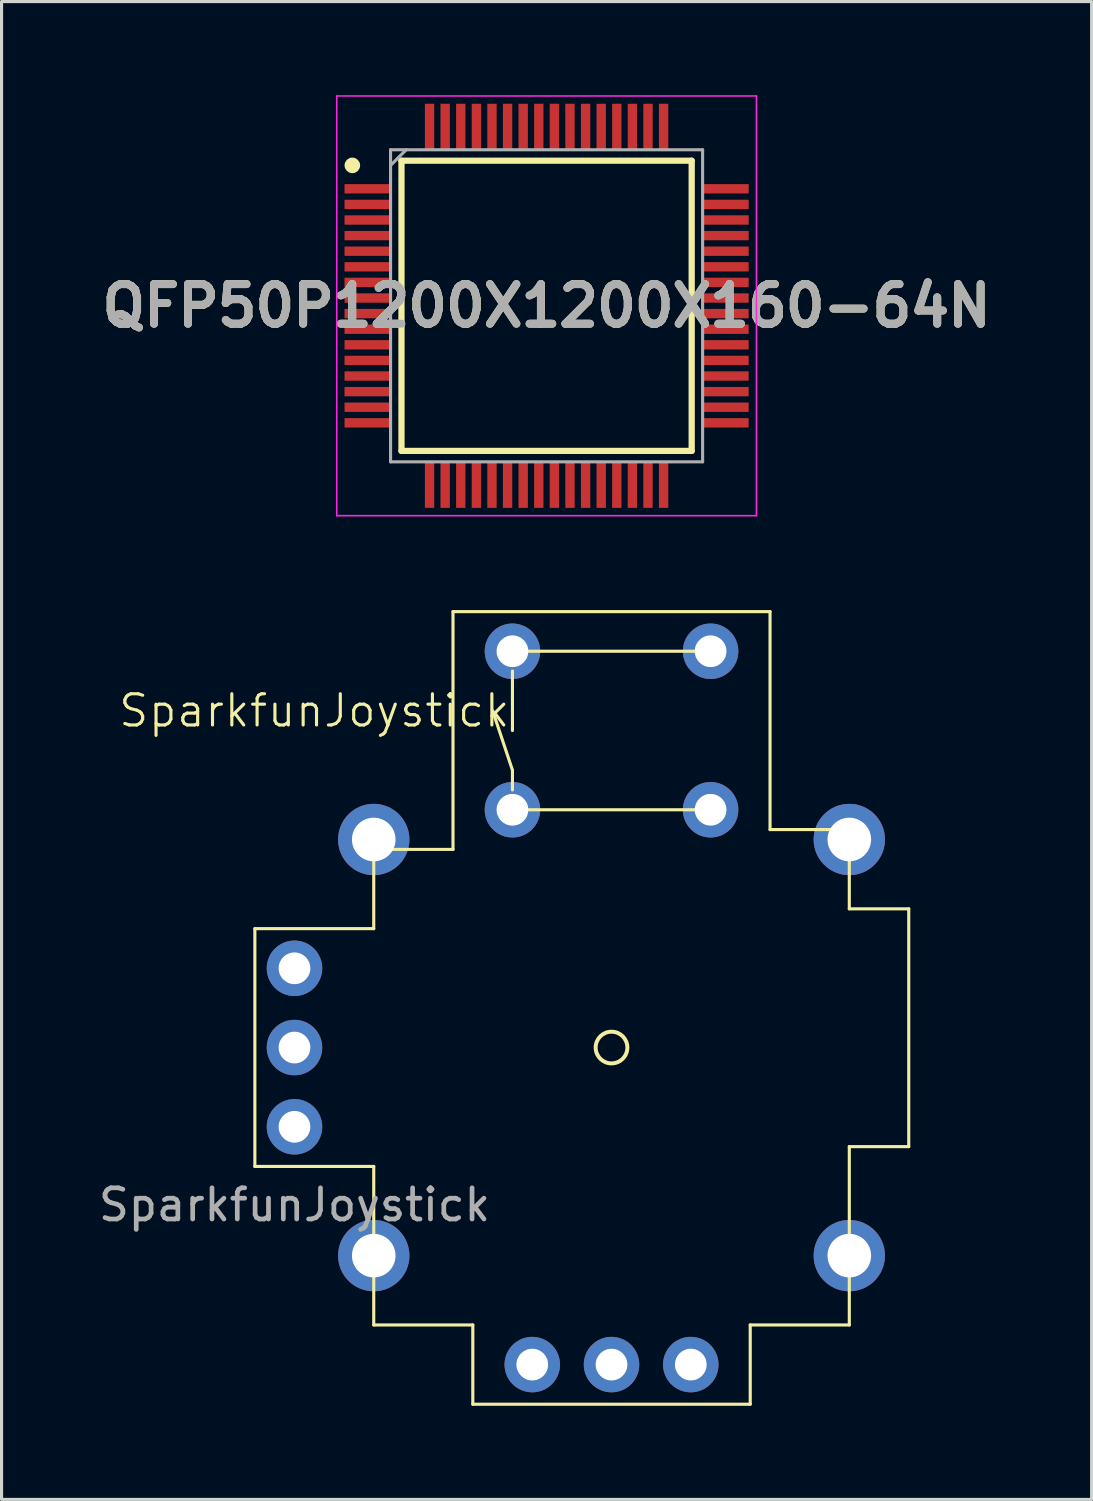
<source format=kicad_pcb>
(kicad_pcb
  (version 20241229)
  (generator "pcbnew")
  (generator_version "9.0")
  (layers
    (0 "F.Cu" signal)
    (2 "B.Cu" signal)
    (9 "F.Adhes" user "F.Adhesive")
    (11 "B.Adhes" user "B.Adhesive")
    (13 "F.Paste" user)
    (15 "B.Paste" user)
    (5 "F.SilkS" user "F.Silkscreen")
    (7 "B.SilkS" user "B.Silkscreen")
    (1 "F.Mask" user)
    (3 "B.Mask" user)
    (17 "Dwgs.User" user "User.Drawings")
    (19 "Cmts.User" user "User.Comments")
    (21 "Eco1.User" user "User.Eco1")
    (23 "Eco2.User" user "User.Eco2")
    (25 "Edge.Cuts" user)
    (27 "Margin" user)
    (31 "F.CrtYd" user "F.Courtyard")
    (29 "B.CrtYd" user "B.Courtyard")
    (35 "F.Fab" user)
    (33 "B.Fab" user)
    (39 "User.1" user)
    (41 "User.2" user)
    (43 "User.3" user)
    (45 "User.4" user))
  (footprint "SparkfunJoystick"
    (layer "F.Cu")
    (at 6.387 33.06)
    (property "Reference" "SparkfunJoystick" (at 0.635 -13.335 0) (unlocked yes) (layer "F.SilkS") (effects (font (size 1 1) (thickness 0.1))))
    (attr through_hole)
    (fp_line (start -1.27 -6.35) (end -1.27 1.27) (stroke (width 0.1) (type default)) (layer "F.SilkS"))
    (fp_line (start -1.27 1.27) (end 2.54 1.27) (stroke (width 0.1) (type default)) (layer "F.SilkS"))
    (fp_line (start 2.54 -8.89) (end 2.54 -6.35) (stroke (width 0.1) (type default)) (layer "F.SilkS"))
    (fp_line (start 2.54 -6.35) (end -1.27 -6.35) (stroke (width 0.1) (type default)) (layer "F.SilkS"))
    (fp_line (start 2.54 1.27) (end 2.54 6.35) (stroke (width 0.1) (type default)) (layer "F.SilkS"))
    (fp_line (start 2.54 6.35) (end 5.715 6.35) (stroke (width 0.1) (type default)) (layer "F.SilkS"))
    (fp_line (start 5.08 -16.51) (end 5.08 -8.89) (stroke (width 0.1) (type default)) (layer "F.SilkS"))
    (fp_line (start 5.08 -8.89) (end 2.54 -8.89) (stroke (width 0.1) (type default)) (layer "F.SilkS"))
    (fp_line (start 5.715 6.35) (end 5.715 8.89) (stroke (width 0.1) (type default)) (layer "F.SilkS"))
    (fp_line (start 5.715 8.89) (end 14.605 8.89) (stroke (width 0.1) (type default)) (layer "F.SilkS"))
    (fp_line (start 6.985 -15.24) (end 13.335 -15.24) (stroke (width 0.1) (type default)) (layer "F.SilkS"))
    (fp_line (start 6.985 -14.605) (end 6.985 -12.7) (stroke (width 0.1) (type default)) (layer "F.SilkS"))
    (fp_line (start 6.985 -11.43) (end 6.35 -13.335) (stroke (width 0.1) (type default)) (layer "F.SilkS"))
    (fp_line (start 6.985 -10.795) (end 6.985 -11.43) (stroke (width 0.1) (type default)) (layer "F.SilkS"))
    (fp_line (start 6.985 -10.16) (end 13.335 -10.16) (stroke (width 0.1) (type default)) (layer "F.SilkS"))
    (fp_line (start 14.605 6.35) (end 17.78 6.35) (stroke (width 0.1) (type default)) (layer "F.SilkS"))
    (fp_line (start 14.605 8.89) (end 14.605 6.35) (stroke (width 0.1) (type default)) (layer "F.SilkS"))
    (fp_line (start 15.24 -16.51) (end 5.08 -16.51) (stroke (width 0.1) (type default)) (layer "F.SilkS"))
    (fp_line (start 15.24 -9.525) (end 15.24 -16.51) (stroke (width 0.1) (type default)) (layer "F.SilkS"))
    (fp_line (start 17.78 -9.525) (end 15.24 -9.525) (stroke (width 0.1) (type default)) (layer "F.SilkS"))
    (fp_line (start 17.78 -6.985) (end 17.78 -9.525) (stroke (width 0.1) (type default)) (layer "F.SilkS"))
    (fp_line (start 17.78 0.635) (end 19.685 0.635) (stroke (width 0.1) (type default)) (layer "F.SilkS"))
    (fp_line (start 17.78 6.35) (end 17.78 0.635) (stroke (width 0.1) (type default)) (layer "F.SilkS"))
    (fp_line (start 19.685 -6.985) (end 17.78 -6.985) (stroke (width 0.1) (type default)) (layer "F.SilkS"))
    (fp_line (start 19.685 0.635) (end 19.685 -6.985) (stroke (width 0.1) (type default)) (layer "F.SilkS"))
    (fp_circle (center 10.16 -2.54) (end 10.668 -2.54) (stroke (width 0.127) (type default)) (fill no) (layer "F.SilkS"))
    (fp_text user "${REFERENCE}" (at 0 2.5 0) (unlocked yes) (layer "F.Fab") (effects (font (size 1 1) (thickness 0.15))))
    (pad "1" thru_hole circle (at 0 0) (size 1.778 1.778) (drill 1.016) (layers "*.Cu" "*.Mask"))
    (pad "2" thru_hole circle (at 0 -2.54) (size 1.778 1.778) (drill 1.016) (layers "*.Cu" "*.Mask"))
    (pad "3" thru_hole circle (at 0 -5.08) (size 1.778 1.778) (drill 1.016) (layers "*.Cu" "*.Mask"))
    (pad "4" thru_hole circle (at 7.62 7.62) (size 1.778 1.778) (drill 1.016) (layers "*.Cu" "*.Mask"))
    (pad "5" thru_hole circle (at 10.16 7.62) (size 1.778 1.778) (drill 1.016) (layers "*.Cu" "*.Mask"))
    (pad "6" thru_hole circle (at 12.7 7.62) (size 1.778 1.778) (drill 1.016) (layers "*.Cu" "*.Mask"))
    (pad "7" thru_hole circle (at 2.54 -9.207) (size 2.286 2.286) (drill 1.397) (layers "*.Cu" "*.Mask"))
    (pad "8" thru_hole circle (at 2.54 4.128) (size 2.286 2.286) (drill 1.397) (layers "*.Cu" "*.Mask"))
    (pad "9" thru_hole circle (at 17.78 4.128) (size 2.286 2.286) (drill 1.397) (layers "*.Cu" "*.Mask"))
    (pad "10" thru_hole circle (at 17.78 -9.207) (size 2.286 2.286) (drill 1.397) (layers "*.Cu" "*.Mask"))
    (pad "11" thru_hole circle (at 6.985 -10.16) (size 1.778 1.778) (drill 1.016) (layers "*.Cu" "*.Mask"))
    (pad "11" thru_hole circle (at 13.335 -10.16) (size 1.778 1.778) (drill 1.016) (layers "*.Cu" "*.Mask"))
    (pad "12" thru_hole circle (at 6.985 -15.24) (size 1.778 1.778) (drill 1.016) (layers "*.Cu" "*.Mask"))
    (pad "12" thru_hole circle (at 13.335 -15.24) (size 1.778 1.778) (drill 1.016) (layers "*.Cu" "*.Mask")))
  (footprint "QFP50P1200X1200X160-64N"
    (layer "F.Cu")
    (at 14.466 6.75)
    (property "Reference" "QFP50P1200X1200X160-64N" (at 0 0 0) (layer "F.SilkS") (effects (font (size 1.27 1.27) (thickness 0.254))))
    (attr smd)
    (fp_line (start -4.65 -4.65) (end 4.65 -4.65) (stroke (width 0.2) (type solid)) (layer "F.SilkS"))
    (fp_line (start -4.65 4.65) (end -4.65 -4.65) (stroke (width 0.2) (type solid)) (layer "F.SilkS"))
    (fp_line (start 4.65 -4.65) (end 4.65 4.65) (stroke (width 0.2) (type solid)) (layer "F.SilkS"))
    (fp_line (start 4.65 4.65) (end -4.65 4.65) (stroke (width 0.2) (type solid)) (layer "F.SilkS"))
    (fp_circle (center -6.225 -4.5) (end -6.225 -4.375) (stroke (width 0.25) (type solid)) (fill no) (layer "F.SilkS"))
    (fp_line (start -6.725 -6.725) (end 6.725 -6.725) (stroke (width 0.05) (type solid)) (layer "F.CrtYd"))
    (fp_line (start -6.725 6.725) (end -6.725 -6.725) (stroke (width 0.05) (type solid)) (layer "F.CrtYd"))
    (fp_line (start 6.725 -6.725) (end 6.725 6.725) (stroke (width 0.05) (type solid)) (layer "F.CrtYd"))
    (fp_line (start 6.725 6.725) (end -6.725 6.725) (stroke (width 0.05) (type solid)) (layer "F.CrtYd"))
    (fp_line (start -5 -5) (end 5 -5) (stroke (width 0.1) (type solid)) (layer "F.Fab"))
    (fp_line (start -5 -4.5) (end -4.5 -5) (stroke (width 0.1) (type solid)) (layer "F.Fab"))
    (fp_line (start -5 5) (end -5 -5) (stroke (width 0.1) (type solid)) (layer "F.Fab"))
    (fp_line (start 5 -5) (end 5 5) (stroke (width 0.1) (type solid)) (layer "F.Fab"))
    (fp_line (start 5 5) (end -5 5) (stroke (width 0.1) (type solid)) (layer "F.Fab"))
    (fp_text user "${REFERENCE}" (at 0 0 0) (layer "F.Fab") (effects (font (size 1.27 1.27) (thickness 0.254))))
    (pad "1" smd rect (at -5.738 -3.75 90) (size 0.3 1.475) (layers "F.Cu" "F.Mask" "F.Paste"))
    (pad "2" smd rect (at -5.738 -3.25 90) (size 0.3 1.475) (layers "F.Cu" "F.Mask" "F.Paste"))
    (pad "3" smd rect (at -5.738 -2.75 90) (size 0.3 1.475) (layers "F.Cu" "F.Mask" "F.Paste"))
    (pad "4" smd rect (at -5.738 -2.25 90) (size 0.3 1.475) (layers "F.Cu" "F.Mask" "F.Paste"))
    (pad "5" smd rect (at -5.738 -1.75 90) (size 0.3 1.475) (layers "F.Cu" "F.Mask" "F.Paste"))
    (pad "6" smd rect (at -5.738 -1.25 90) (size 0.3 1.475) (layers "F.Cu" "F.Mask" "F.Paste"))
    (pad "7" smd rect (at -5.738 -0.75 90) (size 0.3 1.475) (layers "F.Cu" "F.Mask" "F.Paste"))
    (pad "8" smd rect (at -5.738 -0.25 90) (size 0.3 1.475) (layers "F.Cu" "F.Mask" "F.Paste"))
    (pad "9" smd rect (at -5.738 0.25 90) (size 0.3 1.475) (layers "F.Cu" "F.Mask" "F.Paste"))
    (pad "10" smd rect (at -5.738 0.75 90) (size 0.3 1.475) (layers "F.Cu" "F.Mask" "F.Paste"))
    (pad "11" smd rect (at -5.738 1.25 90) (size 0.3 1.475) (layers "F.Cu" "F.Mask" "F.Paste"))
    (pad "12" smd rect (at -5.738 1.75 90) (size 0.3 1.475) (layers "F.Cu" "F.Mask" "F.Paste"))
    (pad "13" smd rect (at -5.738 2.25 90) (size 0.3 1.475) (layers "F.Cu" "F.Mask" "F.Paste"))
    (pad "14" smd rect (at -5.738 2.75 90) (size 0.3 1.475) (layers "F.Cu" "F.Mask" "F.Paste"))
    (pad "15" smd rect (at -5.738 3.25 90) (size 0.3 1.475) (layers "F.Cu" "F.Mask" "F.Paste"))
    (pad "16" smd rect (at -5.738 3.75 90) (size 0.3 1.475) (layers "F.Cu" "F.Mask" "F.Paste"))
    (pad "17" smd rect (at -3.75 5.738) (size 0.3 1.475) (layers "F.Cu" "F.Mask" "F.Paste"))
    (pad "18" smd rect (at -3.25 5.738) (size 0.3 1.475) (layers "F.Cu" "F.Mask" "F.Paste"))
    (pad "19" smd rect (at -2.75 5.738) (size 0.3 1.475) (layers "F.Cu" "F.Mask" "F.Paste"))
    (pad "20" smd rect (at -2.25 5.738) (size 0.3 1.475) (layers "F.Cu" "F.Mask" "F.Paste"))
    (pad "21" smd rect (at -1.75 5.738) (size 0.3 1.475) (layers "F.Cu" "F.Mask" "F.Paste"))
    (pad "22" smd rect (at -1.25 5.738) (size 0.3 1.475) (layers "F.Cu" "F.Mask" "F.Paste"))
    (pad "23" smd rect (at -0.75 5.738) (size 0.3 1.475) (layers "F.Cu" "F.Mask" "F.Paste"))
    (pad "24" smd rect (at -0.25 5.738) (size 0.3 1.475) (layers "F.Cu" "F.Mask" "F.Paste"))
    (pad "25" smd rect (at 0.25 5.738) (size 0.3 1.475) (layers "F.Cu" "F.Mask" "F.Paste"))
    (pad "26" smd rect (at 0.75 5.738) (size 0.3 1.475) (layers "F.Cu" "F.Mask" "F.Paste"))
    (pad "27" smd rect (at 1.25 5.738) (size 0.3 1.475) (layers "F.Cu" "F.Mask" "F.Paste"))
    (pad "28" smd rect (at 1.75 5.738) (size 0.3 1.475) (layers "F.Cu" "F.Mask" "F.Paste"))
    (pad "29" smd rect (at 2.25 5.738) (size 0.3 1.475) (layers "F.Cu" "F.Mask" "F.Paste"))
    (pad "30" smd rect (at 2.75 5.738) (size 0.3 1.475) (layers "F.Cu" "F.Mask" "F.Paste"))
    (pad "31" smd rect (at 3.25 5.738) (size 0.3 1.475) (layers "F.Cu" "F.Mask" "F.Paste"))
    (pad "32" smd rect (at 3.75 5.738) (size 0.3 1.475) (layers "F.Cu" "F.Mask" "F.Paste"))
    (pad "33" smd rect (at 5.738 3.75 90) (size 0.3 1.475) (layers "F.Cu" "F.Mask" "F.Paste"))
    (pad "34" smd rect (at 5.738 3.25 90) (size 0.3 1.475) (layers "F.Cu" "F.Mask" "F.Paste"))
    (pad "35" smd rect (at 5.738 2.75 90) (size 0.3 1.475) (layers "F.Cu" "F.Mask" "F.Paste"))
    (pad "36" smd rect (at 5.738 2.25 90) (size 0.3 1.475) (layers "F.Cu" "F.Mask" "F.Paste"))
    (pad "37" smd rect (at 5.738 1.75 90) (size 0.3 1.475) (layers "F.Cu" "F.Mask" "F.Paste"))
    (pad "38" smd rect (at 5.738 1.25 90) (size 0.3 1.475) (layers "F.Cu" "F.Mask" "F.Paste"))
    (pad "39" smd rect (at 5.738 0.75 90) (size 0.3 1.475) (layers "F.Cu" "F.Mask" "F.Paste"))
    (pad "40" smd rect (at 5.738 0.25 90) (size 0.3 1.475) (layers "F.Cu" "F.Mask" "F.Paste"))
    (pad "41" smd rect (at 5.738 -0.25 90) (size 0.3 1.475) (layers "F.Cu" "F.Mask" "F.Paste"))
    (pad "42" smd rect (at 5.738 -0.75 90) (size 0.3 1.475) (layers "F.Cu" "F.Mask" "F.Paste"))
    (pad "43" smd rect (at 5.738 -1.25 90) (size 0.3 1.475) (layers "F.Cu" "F.Mask" "F.Paste"))
    (pad "44" smd rect (at 5.738 -1.75 90) (size 0.3 1.475) (layers "F.Cu" "F.Mask" "F.Paste"))
    (pad "45" smd rect (at 5.738 -2.25 90) (size 0.3 1.475) (layers "F.Cu" "F.Mask" "F.Paste"))
    (pad "46" smd rect (at 5.738 -2.75 90) (size 0.3 1.475) (layers "F.Cu" "F.Mask" "F.Paste"))
    (pad "47" smd rect (at 5.738 -3.25 90) (size 0.3 1.475) (layers "F.Cu" "F.Mask" "F.Paste"))
    (pad "48" smd rect (at 5.738 -3.75 90) (size 0.3 1.475) (layers "F.Cu" "F.Mask" "F.Paste"))
    (pad "49" smd rect (at 3.75 -5.738) (size 0.3 1.475) (layers "F.Cu" "F.Mask" "F.Paste"))
    (pad "50" smd rect (at 3.25 -5.738) (size 0.3 1.475) (layers "F.Cu" "F.Mask" "F.Paste"))
    (pad "51" smd rect (at 2.75 -5.738) (size 0.3 1.475) (layers "F.Cu" "F.Mask" "F.Paste"))
    (pad "52" smd rect (at 2.25 -5.738) (size 0.3 1.475) (layers "F.Cu" "F.Mask" "F.Paste"))
    (pad "53" smd rect (at 1.75 -5.738) (size 0.3 1.475) (layers "F.Cu" "F.Mask" "F.Paste"))
    (pad "54" smd rect (at 1.25 -5.738) (size 0.3 1.475) (layers "F.Cu" "F.Mask" "F.Paste"))
    (pad "55" smd rect (at 0.75 -5.738) (size 0.3 1.475) (layers "F.Cu" "F.Mask" "F.Paste"))
    (pad "56" smd rect (at 0.25 -5.738) (size 0.3 1.475) (layers "F.Cu" "F.Mask" "F.Paste"))
    (pad "57" smd rect (at -0.25 -5.738) (size 0.3 1.475) (layers "F.Cu" "F.Mask" "F.Paste"))
    (pad "58" smd rect (at -0.75 -5.738) (size 0.3 1.475) (layers "F.Cu" "F.Mask" "F.Paste"))
    (pad "59" smd rect (at -1.25 -5.738) (size 0.3 1.475) (layers "F.Cu" "F.Mask" "F.Paste"))
    (pad "60" smd rect (at -1.75 -5.738) (size 0.3 1.475) (layers "F.Cu" "F.Mask" "F.Paste"))
    (pad "61" smd rect (at -2.25 -5.738) (size 0.3 1.475) (layers "F.Cu" "F.Mask" "F.Paste"))
    (pad "62" smd rect (at -2.75 -5.738) (size 0.3 1.475) (layers "F.Cu" "F.Mask" "F.Paste"))
    (pad "63" smd rect (at -3.25 -5.738) (size 0.3 1.475) (layers "F.Cu" "F.Mask" "F.Paste"))
    (pad "64" smd rect (at -3.75 -5.738) (size 0.3 1.475) (layers "F.Cu" "F.Mask" "F.Paste")))
  (gr_rect
    (start -3 -3)
    (end 31.932 45)
    (stroke (width 0.1) (type default))
    (fill no)
    (layer "Edge.Cuts")))
</source>
